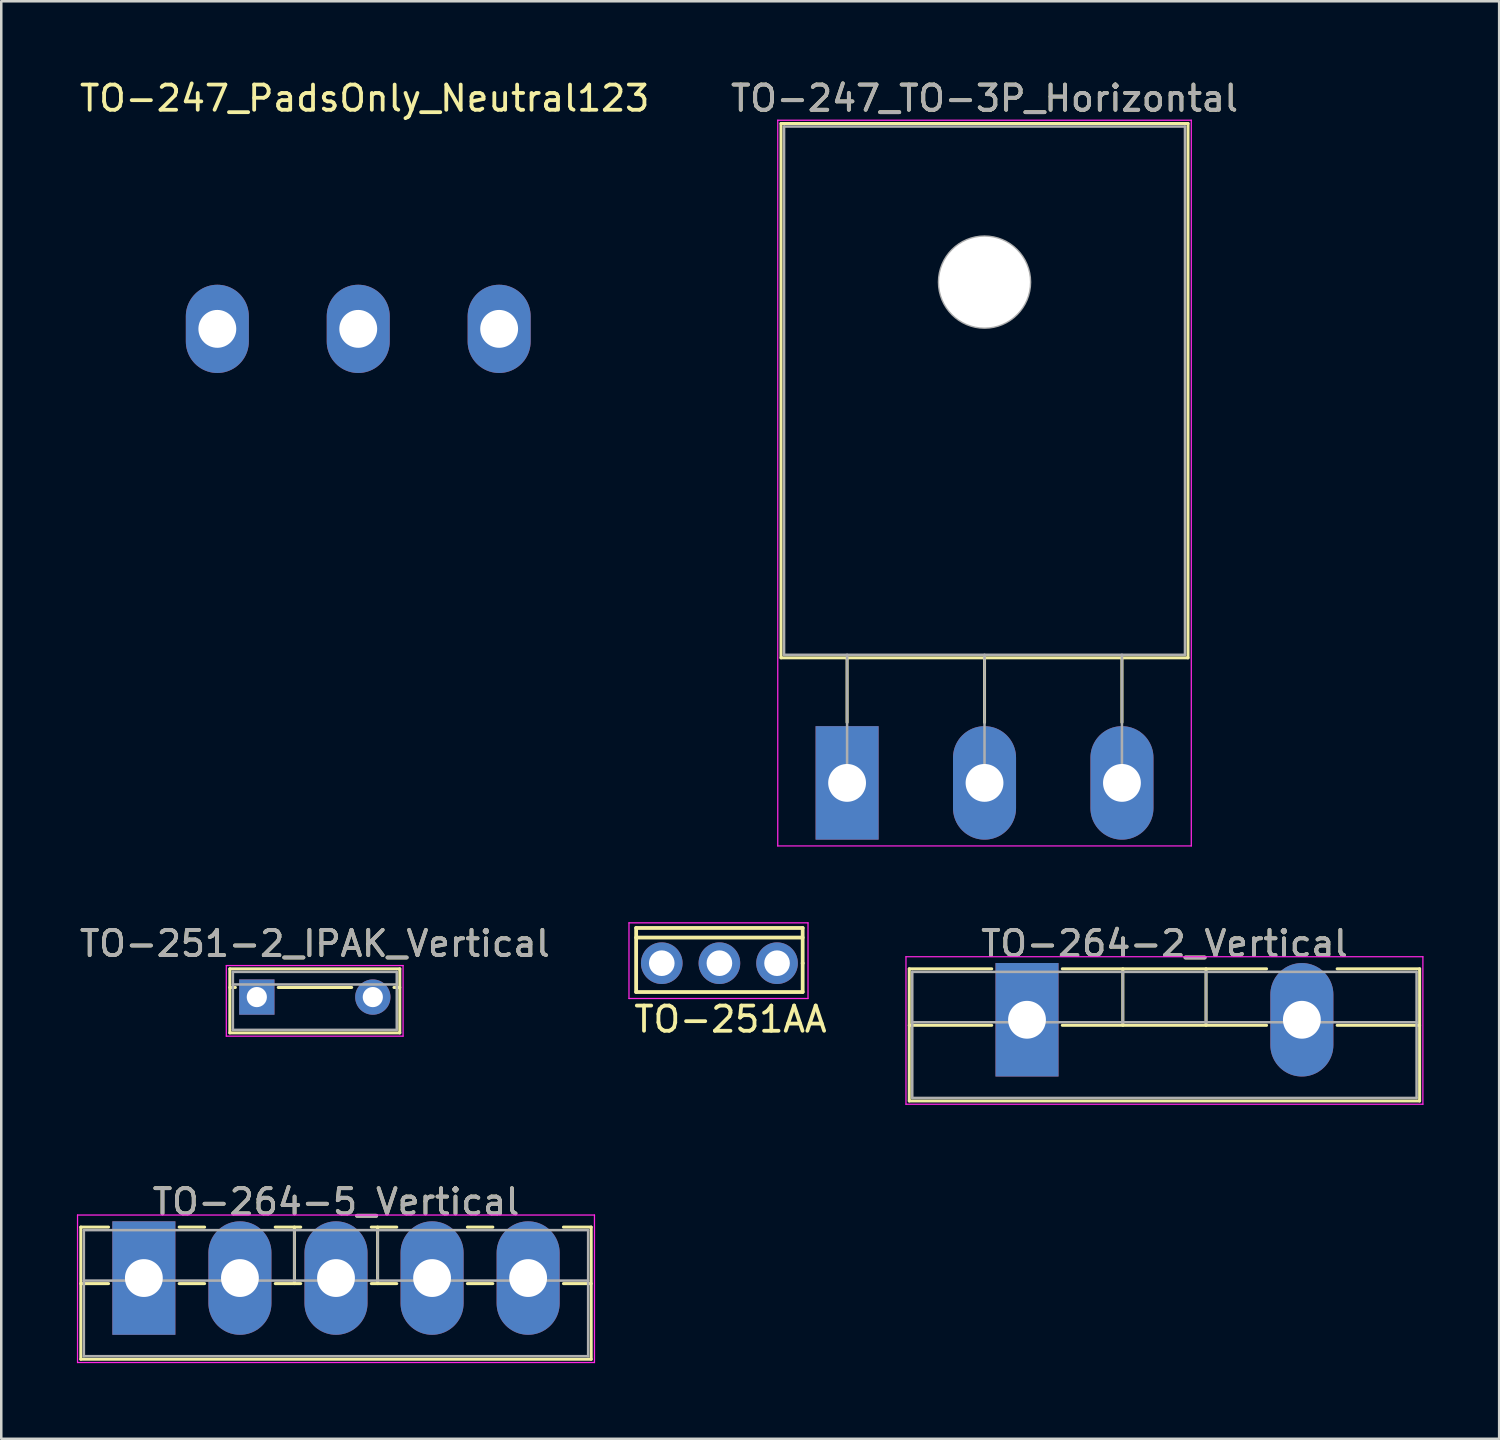
<source format=kicad_pcb>
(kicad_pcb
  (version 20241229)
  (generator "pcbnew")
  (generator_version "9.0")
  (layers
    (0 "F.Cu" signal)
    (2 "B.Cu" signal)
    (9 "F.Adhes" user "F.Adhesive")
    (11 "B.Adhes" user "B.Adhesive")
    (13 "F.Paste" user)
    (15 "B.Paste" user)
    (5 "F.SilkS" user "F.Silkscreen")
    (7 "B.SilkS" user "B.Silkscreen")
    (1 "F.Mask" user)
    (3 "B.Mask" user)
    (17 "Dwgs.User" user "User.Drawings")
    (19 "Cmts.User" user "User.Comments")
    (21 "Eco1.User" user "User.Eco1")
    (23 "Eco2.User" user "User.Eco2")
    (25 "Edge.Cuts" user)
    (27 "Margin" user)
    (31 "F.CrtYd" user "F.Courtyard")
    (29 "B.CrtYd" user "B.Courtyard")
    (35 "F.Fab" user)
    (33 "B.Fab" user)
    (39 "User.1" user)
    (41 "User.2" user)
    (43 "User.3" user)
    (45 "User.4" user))
  (footprint "TO-247_TO-3P_Horizontal"
    (layer "F.Cu")
    (at 30.544 27.998)
    (property "Reference" "TO-247_TO-3P_Horizontal" (at 5.45 -27.15 0) (layer "F.SilkS") (effects (font (size 1 1) (thickness 0.15))))
    (attr through_hole)
    (fp_line (start -2.62 -26.15) (end -2.62 -4.96) (stroke (width 0.12) (type solid)) (layer "F.SilkS"))
    (fp_line (start -2.62 -26.15) (end 13.52 -26.15) (stroke (width 0.12) (type solid)) (layer "F.SilkS"))
    (fp_line (start -2.62 -4.96) (end 13.52 -4.96) (stroke (width 0.12) (type solid)) (layer "F.SilkS"))
    (fp_line (start 0 -4.96) (end 0 -2.4) (stroke (width 0.12) (type solid)) (layer "F.SilkS"))
    (fp_line (start 5.45 -4.96) (end 5.45 -2.4) (stroke (width 0.12) (type solid)) (layer "F.SilkS"))
    (fp_line (start 10.9 -4.96) (end 10.9 -2.4) (stroke (width 0.12) (type solid)) (layer "F.SilkS"))
    (fp_line (start 13.52 -26.15) (end 13.52 -4.96) (stroke (width 0.12) (type solid)) (layer "F.SilkS"))
    (fp_line (start -2.75 -26.28) (end -2.75 2.5) (stroke (width 0.05) (type solid)) (layer "F.CrtYd"))
    (fp_line (start -2.75 2.5) (end 13.65 2.5) (stroke (width 0.05) (type solid)) (layer "F.CrtYd"))
    (fp_line (start 13.65 -26.28) (end -2.75 -26.28) (stroke (width 0.05) (type solid)) (layer "F.CrtYd"))
    (fp_line (start 13.65 2.5) (end 13.65 -26.28) (stroke (width 0.05) (type solid)) (layer "F.CrtYd"))
    (fp_line (start -2.5 -26.03) (end 13.4 -26.03) (stroke (width 0.1) (type solid)) (layer "F.Fab"))
    (fp_line (start -2.5 -5.08) (end -2.5 -26.03) (stroke (width 0.1) (type solid)) (layer "F.Fab"))
    (fp_line (start 0 -5.08) (end 0 0) (stroke (width 0.1) (type solid)) (layer "F.Fab"))
    (fp_line (start 5.45 -5.08) (end 5.45 0) (stroke (width 0.1) (type solid)) (layer "F.Fab"))
    (fp_line (start 10.9 -5.08) (end 10.9 0) (stroke (width 0.1) (type solid)) (layer "F.Fab"))
    (fp_line (start 13.4 -26.03) (end 13.4 -5.08) (stroke (width 0.1) (type solid)) (layer "F.Fab"))
    (fp_line (start 13.4 -5.08) (end -2.5 -5.08) (stroke (width 0.1) (type solid)) (layer "F.Fab"))
    (fp_circle (center 5.45 -19.86) (end 7.255 -19.86) (stroke (width 0.1) (type solid)) (fill no) (layer "F.Fab"))
    (fp_text user "${REFERENCE}" (at 5.45 -27.15 0) (layer "F.Fab") (effects (font (size 1 1) (thickness 0.15))))
    (pad "" np_thru_hole oval (at 5.45 -19.86) (size 3.6 3.6) (drill 3.6) (layers "*.Cu" "*.Mask"))
    (pad "1" thru_hole rect (at 0 0) (size 2.5 4.5) (drill 1.5) (layers "*.Cu" "*.Mask"))
    (pad "2" thru_hole oval (at 5.45 0) (size 2.5 4.5) (drill 1.5) (layers "*.Cu" "*.Mask"))
    (pad "3" thru_hole oval (at 10.9 0) (size 2.5 4.5) (drill 1.5) (layers "*.Cu" "*.Mask")))
  (footprint "TO-264-5_Vertical"
    (layer "F.Cu")
    (at 2.655 47.635)
    (property "Reference" "TO-264-5_Vertical" (at 7.62 -3.02 0) (layer "F.SilkS") (effects (font (size 1 1) (thickness 0.15))))
    (attr through_hole)
    (fp_line (start -2.5 -2.021) (end -2.5 3.22) (stroke (width 0.12) (type solid)) (layer "F.SilkS"))
    (fp_line (start -2.5 -2.021) (end -1.4 -2.021) (stroke (width 0.12) (type solid)) (layer "F.SilkS"))
    (fp_line (start -2.5 0.22) (end -1.4 0.22) (stroke (width 0.12) (type solid)) (layer "F.SilkS"))
    (fp_line (start -2.5 3.22) (end 17.74 3.22) (stroke (width 0.12) (type solid)) (layer "F.SilkS"))
    (fp_line (start 1.4 -2.021) (end 2.41 -2.021) (stroke (width 0.12) (type solid)) (layer "F.SilkS"))
    (fp_line (start 1.4 0.22) (end 2.41 0.22) (stroke (width 0.12) (type solid)) (layer "F.SilkS"))
    (fp_line (start 5.21 -2.021) (end 6.221 -2.021) (stroke (width 0.12) (type solid)) (layer "F.SilkS"))
    (fp_line (start 5.21 0.22) (end 6.221 0.22) (stroke (width 0.12) (type solid)) (layer "F.SilkS"))
    (fp_line (start 5.971 -2.021) (end 5.971 0.22) (stroke (width 0.12) (type solid)) (layer "F.SilkS"))
    (fp_line (start 9.02 -2.021) (end 10.03 -2.021) (stroke (width 0.12) (type solid)) (layer "F.SilkS"))
    (fp_line (start 9.02 0.22) (end 10.03 0.22) (stroke (width 0.12) (type solid)) (layer "F.SilkS"))
    (fp_line (start 9.27 -2.021) (end 9.27 0.22) (stroke (width 0.12) (type solid)) (layer "F.SilkS"))
    (fp_line (start 12.83 -2.021) (end 13.84 -2.021) (stroke (width 0.12) (type solid)) (layer "F.SilkS"))
    (fp_line (start 12.83 0.22) (end 13.84 0.22) (stroke (width 0.12) (type solid)) (layer "F.SilkS"))
    (fp_line (start 16.64 -2.021) (end 17.74 -2.021) (stroke (width 0.12) (type solid)) (layer "F.SilkS"))
    (fp_line (start 16.64 0.22) (end 17.74 0.22) (stroke (width 0.12) (type solid)) (layer "F.SilkS"))
    (fp_line (start 17.74 -2.021) (end 17.74 3.22) (stroke (width 0.12) (type solid)) (layer "F.SilkS"))
    (fp_line (start -2.63 -2.5) (end -2.63 3.35) (stroke (width 0.05) (type solid)) (layer "F.CrtYd"))
    (fp_line (start -2.63 3.35) (end 17.87 3.35) (stroke (width 0.05) (type solid)) (layer "F.CrtYd"))
    (fp_line (start 17.87 -2.5) (end -2.63 -2.5) (stroke (width 0.05) (type solid)) (layer "F.CrtYd"))
    (fp_line (start 17.87 3.35) (end 17.87 -2.5) (stroke (width 0.05) (type solid)) (layer "F.CrtYd"))
    (fp_line (start -2.38 -1.9) (end -2.38 3.1) (stroke (width 0.1) (type solid)) (layer "F.Fab"))
    (fp_line (start -2.38 0.1) (end 17.62 0.1) (stroke (width 0.1) (type solid)) (layer "F.Fab"))
    (fp_line (start -2.38 3.1) (end 17.62 3.1) (stroke (width 0.1) (type solid)) (layer "F.Fab"))
    (fp_line (start 5.97 -1.9) (end 5.97 0.1) (stroke (width 0.1) (type solid)) (layer "F.Fab"))
    (fp_line (start 9.27 -1.9) (end 9.27 0.1) (stroke (width 0.1) (type solid)) (layer "F.Fab"))
    (fp_line (start 17.62 -1.9) (end -2.38 -1.9) (stroke (width 0.1) (type solid)) (layer "F.Fab"))
    (fp_line (start 17.62 3.1) (end 17.62 -1.9) (stroke (width 0.1) (type solid)) (layer "F.Fab"))
    (fp_text user "${REFERENCE}" (at 7.62 -3.02 0) (layer "F.Fab") (effects (font (size 1 1) (thickness 0.15))))
    (pad "1" thru_hole rect (at 0 0) (size 2.5 4.5) (drill 1.5) (layers "*.Cu" "*.Mask"))
    (pad "2" thru_hole oval (at 3.81 0) (size 2.5 4.5) (drill 1.5) (layers "*.Cu" "*.Mask"))
    (pad "3" thru_hole oval (at 7.62 0) (size 2.5 4.5) (drill 1.5) (layers "*.Cu" "*.Mask"))
    (pad "4" thru_hole oval (at 11.43 0) (size 2.5 4.5) (drill 1.5) (layers "*.Cu" "*.Mask"))
    (pad "5" thru_hole oval (at 15.24 0) (size 2.5 4.5) (drill 1.5) (layers "*.Cu" "*.Mask")))
  (footprint "TO-251-2_IPAK_Vertical"
    (layer "F.Cu")
    (at 7.135 36.492)
    (property "Reference" "TO-251-2_IPAK_Vertical" (at 2.3 -2.12 0) (layer "F.SilkS") (effects (font (size 1 1) (thickness 0.15))))
    (attr through_hole)
    (fp_line (start -1.071 -1.12) (end -1.071 1.42) (stroke (width 0.12) (type solid)) (layer "F.SilkS"))
    (fp_line (start -1.071 -1.12) (end 5.67 -1.12) (stroke (width 0.12) (type solid)) (layer "F.SilkS"))
    (fp_line (start -1.071 -0.381) (end -0.85 -0.381) (stroke (width 0.12) (type solid)) (layer "F.SilkS"))
    (fp_line (start -1.071 1.42) (end 5.67 1.42) (stroke (width 0.12) (type solid)) (layer "F.SilkS"))
    (fp_line (start 0.85 -0.381) (end 3.762 -0.381) (stroke (width 0.12) (type solid)) (layer "F.SilkS"))
    (fp_line (start 5.439 -0.381) (end 5.67 -0.381) (stroke (width 0.12) (type solid)) (layer "F.SilkS"))
    (fp_line (start 5.67 -1.12) (end 5.67 1.42) (stroke (width 0.12) (type solid)) (layer "F.SilkS"))
    (fp_line (start -1.21 -1.25) (end -1.21 1.55) (stroke (width 0.05) (type solid)) (layer "F.CrtYd"))
    (fp_line (start -1.21 1.55) (end 5.8 1.55) (stroke (width 0.05) (type solid)) (layer "F.CrtYd"))
    (fp_line (start 5.8 -1.25) (end -1.21 -1.25) (stroke (width 0.05) (type solid)) (layer "F.CrtYd"))
    (fp_line (start 5.8 1.55) (end 5.8 -1.25) (stroke (width 0.05) (type solid)) (layer "F.CrtYd"))
    (fp_line (start -0.95 -1) (end -0.95 1.3) (stroke (width 0.1) (type solid)) (layer "F.Fab"))
    (fp_line (start -0.95 -0.5) (end 5.55 -0.5) (stroke (width 0.1) (type solid)) (layer "F.Fab"))
    (fp_line (start -0.95 1.3) (end 5.55 1.3) (stroke (width 0.1) (type solid)) (layer "F.Fab"))
    (fp_line (start 5.55 -1) (end -0.95 -1) (stroke (width 0.1) (type solid)) (layer "F.Fab"))
    (fp_line (start 5.55 1.3) (end 5.55 -1) (stroke (width 0.1) (type solid)) (layer "F.Fab"))
    (fp_text user "${REFERENCE}" (at 2.3 -2.12 0) (layer "F.Fab") (effects (font (size 1 1) (thickness 0.15))))
    (pad "1" thru_hole rect (at 0 0) (size 1.4 1.4) (drill 0.8) (layers "*.Cu" "*.Mask"))
    (pad "2" thru_hole oval (at 4.6 0) (size 1.4 1.4) (drill 0.8) (layers "*.Cu" "*.Mask")))
  (footprint "TO-251AA"
    (layer "F.Cu")
    (at 23.194 35.148)
    (property "Reference" "TO-251AA" (at 2.725 2.225 180) (layer "F.SilkS") (effects (font (size 1 1) (thickness 0.15))))
    (attr through_hole)
    (fp_line (start -1.016 -1.397) (end -1.016 1.143) (stroke (width 0.15) (type solid)) (layer "F.SilkS"))
    (fp_line (start -1.016 1.143) (end 5.588 1.143) (stroke (width 0.15) (type solid)) (layer "F.SilkS"))
    (fp_line (start 5.588 -1.397) (end -1.016 -1.397) (stroke (width 0.15) (type solid)) (layer "F.SilkS"))
    (fp_line (start 5.588 -1.016) (end -1.016 -1.016) (stroke (width 0.15) (type solid)) (layer "F.SilkS"))
    (fp_line (start 5.588 0) (end 5.588 -1.397) (stroke (width 0.15) (type solid)) (layer "F.SilkS"))
    (fp_line (start 5.588 1.143) (end 5.588 0) (stroke (width 0.15) (type solid)) (layer "F.SilkS"))
    (fp_line (start -1.3 -1.6) (end -1.3 1.4) (stroke (width 0.05) (type solid)) (layer "F.CrtYd"))
    (fp_line (start -1.3 -1.6) (end 5.8 -1.6) (stroke (width 0.05) (type solid)) (layer "F.CrtYd"))
    (fp_line (start -1.3 1.4) (end 5.8 1.4) (stroke (width 0.05) (type solid)) (layer "F.CrtYd"))
    (fp_line (start 5.8 -1.6) (end 5.8 1.4) (stroke (width 0.05) (type solid)) (layer "F.CrtYd"))
    (pad "1" thru_hole circle (at 0 0 180) (size 1.651 1.651) (drill 1.016) (layers "*.Cu" "*.Mask"))
    (pad "2" thru_hole circle (at 2.286 0 180) (size 1.651 1.651) (drill 1.016) (layers "*.Cu" "*.Mask"))
    (pad "3" thru_hole circle (at 4.572 0 180) (size 1.651 1.651) (drill 1.016) (layers "*.Cu" "*.Mask")))
  (footprint "TO-264-2_Vertical"
    (layer "F.Cu")
    (at 37.679 37.392)
    (property "Reference" "TO-264-2_Vertical" (at 5.45 -3.02 0) (layer "F.SilkS") (effects (font (size 1 1) (thickness 0.15))))
    (attr through_hole)
    (fp_line (start -4.67 -2.021) (end -4.67 3.22) (stroke (width 0.12) (type solid)) (layer "F.SilkS"))
    (fp_line (start -4.67 -2.021) (end -1.4 -2.021) (stroke (width 0.12) (type solid)) (layer "F.SilkS"))
    (fp_line (start -4.67 0.22) (end -1.4 0.22) (stroke (width 0.12) (type solid)) (layer "F.SilkS"))
    (fp_line (start -4.67 3.22) (end 15.57 3.22) (stroke (width 0.12) (type solid)) (layer "F.SilkS"))
    (fp_line (start 1.4 -2.021) (end 9.5 -2.021) (stroke (width 0.12) (type solid)) (layer "F.SilkS"))
    (fp_line (start 1.4 0.22) (end 9.5 0.22) (stroke (width 0.12) (type solid)) (layer "F.SilkS"))
    (fp_line (start 3.8 -2.021) (end 3.8 0.22) (stroke (width 0.12) (type solid)) (layer "F.SilkS"))
    (fp_line (start 7.1 -2.021) (end 7.1 0.22) (stroke (width 0.12) (type solid)) (layer "F.SilkS"))
    (fp_line (start 12.3 -2.021) (end 15.57 -2.021) (stroke (width 0.12) (type solid)) (layer "F.SilkS"))
    (fp_line (start 12.3 0.22) (end 15.57 0.22) (stroke (width 0.12) (type solid)) (layer "F.SilkS"))
    (fp_line (start 15.57 -2.021) (end 15.57 3.22) (stroke (width 0.12) (type solid)) (layer "F.SilkS"))
    (fp_line (start -4.8 -2.5) (end -4.8 3.35) (stroke (width 0.05) (type solid)) (layer "F.CrtYd"))
    (fp_line (start -4.8 3.35) (end 15.7 3.35) (stroke (width 0.05) (type solid)) (layer "F.CrtYd"))
    (fp_line (start 15.7 -2.5) (end -4.8 -2.5) (stroke (width 0.05) (type solid)) (layer "F.CrtYd"))
    (fp_line (start 15.7 3.35) (end 15.7 -2.5) (stroke (width 0.05) (type solid)) (layer "F.CrtYd"))
    (fp_line (start -4.55 -1.9) (end -4.55 3.1) (stroke (width 0.1) (type solid)) (layer "F.Fab"))
    (fp_line (start -4.55 0.1) (end 15.45 0.1) (stroke (width 0.1) (type solid)) (layer "F.Fab"))
    (fp_line (start -4.55 3.1) (end 15.45 3.1) (stroke (width 0.1) (type solid)) (layer "F.Fab"))
    (fp_line (start 3.8 -1.9) (end 3.8 0.1) (stroke (width 0.1) (type solid)) (layer "F.Fab"))
    (fp_line (start 7.1 -1.9) (end 7.1 0.1) (stroke (width 0.1) (type solid)) (layer "F.Fab"))
    (fp_line (start 15.45 -1.9) (end -4.55 -1.9) (stroke (width 0.1) (type solid)) (layer "F.Fab"))
    (fp_line (start 15.45 3.1) (end 15.45 -1.9) (stroke (width 0.1) (type solid)) (layer "F.Fab"))
    (fp_text user "${REFERENCE}" (at 5.45 -3.02 0) (layer "F.Fab") (effects (font (size 1 1) (thickness 0.15))))
    (pad "1" thru_hole rect (at 0 0) (size 2.5 4.5) (drill 1.5) (layers "*.Cu" "*.Mask"))
    (pad "2" thru_hole oval (at 10.9 0) (size 2.5 4.5) (drill 1.5) (layers "*.Cu" "*.Mask")))
  (footprint "TO-247_PadsOnly_Neutral123"
    (layer "F.Cu")
    (at 11.157 9.992)
    (property "Reference" "TO-247_PadsOnly_Neutral123" (at 0.254 -9.144 0) (layer "F.SilkS") (effects (font (size 1 1) (thickness 0.15))))
    (attr through_hole)
    (pad "1" thru_hole oval (at -5.588 0 90) (size 3.5 2.499) (drill 1.501) (layers "*.Cu" "*.Mask"))
    (pad "2" thru_hole oval (at 0 0 90) (size 3.5 2.499) (drill 1.501) (layers "*.Cu" "*.Mask"))
    (pad "3" thru_hole oval (at 5.588 0 90) (size 3.5 2.499) (drill 1.501) (layers "*.Cu" "*.Mask")))
  (gr_rect
    (start -3 -3)
    (end 56.404 54.01)
    (stroke (width 0.1) (type default))
    (fill no)
    (layer "Edge.Cuts")))
</source>
